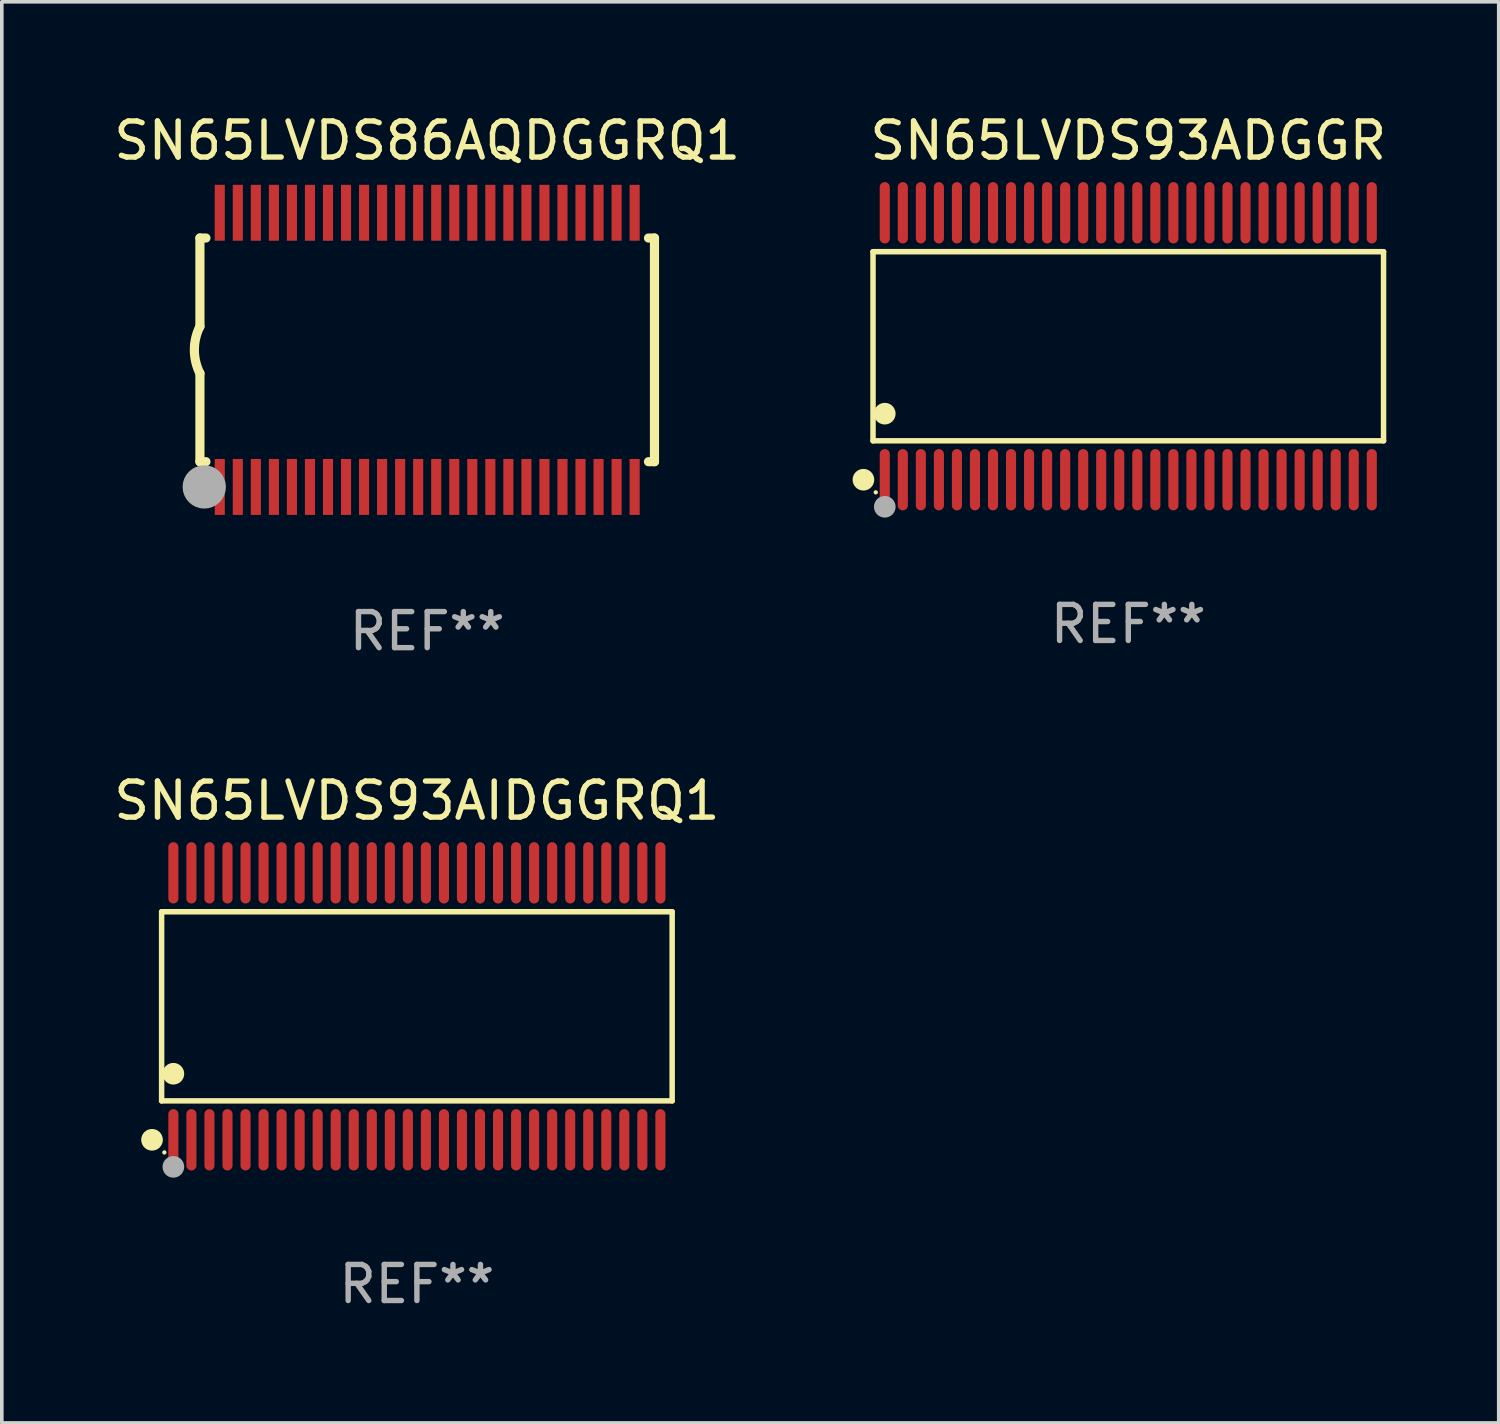
<source format=kicad_pcb>
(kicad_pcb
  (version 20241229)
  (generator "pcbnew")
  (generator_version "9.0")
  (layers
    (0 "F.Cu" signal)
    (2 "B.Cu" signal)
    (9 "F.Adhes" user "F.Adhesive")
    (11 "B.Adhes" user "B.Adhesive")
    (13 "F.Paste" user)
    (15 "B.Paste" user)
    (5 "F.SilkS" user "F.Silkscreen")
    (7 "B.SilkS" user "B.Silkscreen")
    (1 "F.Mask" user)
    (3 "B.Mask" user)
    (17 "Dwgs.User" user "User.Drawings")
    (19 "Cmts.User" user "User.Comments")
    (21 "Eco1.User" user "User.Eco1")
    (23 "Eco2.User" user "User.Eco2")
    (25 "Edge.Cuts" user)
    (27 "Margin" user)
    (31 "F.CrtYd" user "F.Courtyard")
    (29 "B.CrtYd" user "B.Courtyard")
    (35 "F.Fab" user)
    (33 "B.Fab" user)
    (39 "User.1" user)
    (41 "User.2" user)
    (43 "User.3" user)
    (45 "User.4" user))
  (footprint "SN65LVDS86AQDGGRQ1"
    (layer "F.Cu")
    (at 8.792 6.648)
    (property "Reference" "SN65LVDS86AQDGGRQ1" (at 0 -5.8 0) (layer "F.SilkS") (effects (font (size 1 1) (thickness 0.15))))
    (attr through_hole)
    (fp_line (start -6.3 -3.1) (end -6.3 -0.65) (stroke (width 0.254) (type solid)) (layer "F.SilkS"))
    (fp_line (start -6.3 -3.1) (end -6.134 -3.1) (stroke (width 0.254) (type solid)) (layer "F.SilkS"))
    (fp_line (start -6.3 3.1) (end -6.3 0.65) (stroke (width 0.254) (type solid)) (layer "F.SilkS"))
    (fp_line (start -6.3 3.1) (end -6.134 3.1) (stroke (width 0.254) (type solid)) (layer "F.SilkS"))
    (fp_line (start 6.134 -3.1) (end 6.3 -3.1) (stroke (width 0.254) (type solid)) (layer "F.SilkS"))
    (fp_line (start 6.134 3.1) (end 6.3 3.1) (stroke (width 0.254) (type solid)) (layer "F.SilkS"))
    (fp_line (start 6.3 -3.1) (end 6.3 3.1) (stroke (width 0.254) (type solid)) (layer "F.SilkS"))
    (fp_arc (start -6.301016 0.650114) (mid -6.45413 -0.000082) (end -6.3 -0.650038) (stroke (width 0.254001) (type solid)) (layer "F.SilkS"))
    (fp_circle (center -6.35 3.81) (end -6.223 3.81) (stroke (width 0.254) (type solid)) (fill no) (layer "F.SilkS"))
    (fp_circle (center -6.25 4.05) (end -6.22 4.05) (stroke (width 0.06) (type solid)) (fill no) (layer "F.SilkS"))
    (fp_circle (center -6.18 3.8) (end -5.88 3.8) (stroke (width 0.6) (type solid)) (fill no) (layer "F.Fab"))
    (fp_text user "REF**" (at 0 7.8 0) (layer "F.Fab") (effects (font (size 1 1) (thickness 0.15))))
    (pad "1" smd rect (at -5.75 3.8) (size 0.28 1.55) (layers "F.Cu" "F.Mask" "F.Paste"))
    (pad "2" smd rect (at -5.25 3.8) (size 0.28 1.55) (layers "F.Cu" "F.Mask" "F.Paste"))
    (pad "3" smd rect (at -4.75 3.8) (size 0.28 1.55) (layers "F.Cu" "F.Mask" "F.Paste"))
    (pad "4" smd rect (at -4.25 3.8) (size 0.28 1.55) (layers "F.Cu" "F.Mask" "F.Paste"))
    (pad "5" smd rect (at -3.75 3.8) (size 0.28 1.55) (layers "F.Cu" "F.Mask" "F.Paste"))
    (pad "6" smd rect (at -3.25 3.8) (size 0.28 1.55) (layers "F.Cu" "F.Mask" "F.Paste"))
    (pad "7" smd rect (at -2.75 3.8) (size 0.28 1.55) (layers "F.Cu" "F.Mask" "F.Paste"))
    (pad "8" smd rect (at -2.25 3.8) (size 0.28 1.55) (layers "F.Cu" "F.Mask" "F.Paste"))
    (pad "9" smd rect (at -1.75 3.8) (size 0.28 1.55) (layers "F.Cu" "F.Mask" "F.Paste"))
    (pad "10" smd rect (at -1.25 3.8) (size 0.28 1.55) (layers "F.Cu" "F.Mask" "F.Paste"))
    (pad "11" smd rect (at -0.75 3.8) (size 0.28 1.55) (layers "F.Cu" "F.Mask" "F.Paste"))
    (pad "12" smd rect (at -0.25 3.8) (size 0.28 1.55) (layers "F.Cu" "F.Mask" "F.Paste"))
    (pad "13" smd rect (at 0.25 3.8) (size 0.28 1.55) (layers "F.Cu" "F.Mask" "F.Paste"))
    (pad "14" smd rect (at 0.75 3.8) (size 0.28 1.55) (layers "F.Cu" "F.Mask" "F.Paste"))
    (pad "15" smd rect (at 1.25 3.8) (size 0.28 1.55) (layers "F.Cu" "F.Mask" "F.Paste"))
    (pad "16" smd rect (at 1.75 3.8) (size 0.28 1.55) (layers "F.Cu" "F.Mask" "F.Paste"))
    (pad "17" smd rect (at 2.25 3.8) (size 0.28 1.55) (layers "F.Cu" "F.Mask" "F.Paste"))
    (pad "18" smd rect (at 2.75 3.8) (size 0.28 1.55) (layers "F.Cu" "F.Mask" "F.Paste"))
    (pad "19" smd rect (at 3.25 3.8) (size 0.28 1.55) (layers "F.Cu" "F.Mask" "F.Paste"))
    (pad "20" smd rect (at 3.75 3.8) (size 0.28 1.55) (layers "F.Cu" "F.Mask" "F.Paste"))
    (pad "21" smd rect (at 4.25 3.8) (size 0.28 1.55) (layers "F.Cu" "F.Mask" "F.Paste"))
    (pad "22" smd rect (at 4.75 3.8) (size 0.28 1.55) (layers "F.Cu" "F.Mask" "F.Paste"))
    (pad "23" smd rect (at 5.25 3.8) (size 0.28 1.55) (layers "F.Cu" "F.Mask" "F.Paste"))
    (pad "24" smd rect (at 5.75 3.8) (size 0.28 1.55) (layers "F.Cu" "F.Mask" "F.Paste"))
    (pad "25" smd rect (at 5.75 -3.8) (size 0.28 1.55) (layers "F.Cu" "F.Mask" "F.Paste"))
    (pad "26" smd rect (at 5.25 -3.8) (size 0.28 1.55) (layers "F.Cu" "F.Mask" "F.Paste"))
    (pad "27" smd rect (at 4.75 -3.8) (size 0.28 1.55) (layers "F.Cu" "F.Mask" "F.Paste"))
    (pad "28" smd rect (at 4.25 -3.8) (size 0.28 1.55) (layers "F.Cu" "F.Mask" "F.Paste"))
    (pad "29" smd rect (at 3.75 -3.8) (size 0.28 1.55) (layers "F.Cu" "F.Mask" "F.Paste"))
    (pad "30" smd rect (at 3.25 -3.8) (size 0.28 1.55) (layers "F.Cu" "F.Mask" "F.Paste"))
    (pad "31" smd rect (at 2.75 -3.8) (size 0.28 1.55) (layers "F.Cu" "F.Mask" "F.Paste"))
    (pad "32" smd rect (at 2.25 -3.8) (size 0.28 1.55) (layers "F.Cu" "F.Mask" "F.Paste"))
    (pad "33" smd rect (at 1.75 -3.8) (size 0.28 1.55) (layers "F.Cu" "F.Mask" "F.Paste"))
    (pad "34" smd rect (at 1.25 -3.8) (size 0.28 1.55) (layers "F.Cu" "F.Mask" "F.Paste"))
    (pad "35" smd rect (at 0.75 -3.8) (size 0.28 1.55) (layers "F.Cu" "F.Mask" "F.Paste"))
    (pad "36" smd rect (at 0.25 -3.8) (size 0.28 1.55) (layers "F.Cu" "F.Mask" "F.Paste"))
    (pad "37" smd rect (at -0.25 -3.8) (size 0.28 1.55) (layers "F.Cu" "F.Mask" "F.Paste"))
    (pad "38" smd rect (at -0.75 -3.8) (size 0.28 1.55) (layers "F.Cu" "F.Mask" "F.Paste"))
    (pad "39" smd rect (at -1.25 -3.8) (size 0.28 1.55) (layers "F.Cu" "F.Mask" "F.Paste"))
    (pad "40" smd rect (at -1.75 -3.8) (size 0.28 1.55) (layers "F.Cu" "F.Mask" "F.Paste"))
    (pad "41" smd rect (at -2.25 -3.8) (size 0.28 1.55) (layers "F.Cu" "F.Mask" "F.Paste"))
    (pad "42" smd rect (at -2.75 -3.8) (size 0.28 1.55) (layers "F.Cu" "F.Mask" "F.Paste"))
    (pad "43" smd rect (at -3.25 -3.8) (size 0.28 1.55) (layers "F.Cu" "F.Mask" "F.Paste"))
    (pad "44" smd rect (at -3.75 -3.8) (size 0.28 1.55) (layers "F.Cu" "F.Mask" "F.Paste"))
    (pad "45" smd rect (at -4.25 -3.8) (size 0.28 1.55) (layers "F.Cu" "F.Mask" "F.Paste"))
    (pad "46" smd rect (at -4.75 -3.8) (size 0.28 1.55) (layers "F.Cu" "F.Mask" "F.Paste"))
    (pad "47" smd rect (at -5.25 -3.8) (size 0.28 1.55) (layers "F.Cu" "F.Mask" "F.Paste"))
    (pad "48" smd rect (at -5.75 -3.8) (size 0.28 1.55) (layers "F.Cu" "F.Mask" "F.Paste")))
  (footprint "SN65LVDS93ADGGR"
    (layer "F.Cu")
    (at 28.226 6.548)
    (property "Reference" "SN65LVDS93ADGGR" (at 0 -5.7 0) (layer "F.SilkS") (effects (font (size 1 1) (thickness 0.15))))
    (attr through_hole)
    (fp_line (start -7.076 -2.621) (end 7.076 -2.621) (stroke (width 0.152) (type solid)) (layer "F.SilkS"))
    (fp_line (start -7.076 2.621) (end -7.076 -2.621) (stroke (width 0.152) (type solid)) (layer "F.SilkS"))
    (fp_line (start 7.076 -2.621) (end 7.076 2.621) (stroke (width 0.152) (type solid)) (layer "F.SilkS"))
    (fp_line (start 7.076 2.621) (end -7.076 2.621) (stroke (width 0.152) (type solid)) (layer "F.SilkS"))
    (fp_circle (center -7.342 3.7) (end -7.192 3.7) (stroke (width 0.3) (type solid)) (fill no) (layer "F.SilkS"))
    (fp_circle (center -7 4.05) (end -6.97 4.05) (stroke (width 0.06) (type solid)) (fill no) (layer "F.SilkS"))
    (fp_circle (center -6.75 1.869) (end -6.6 1.869) (stroke (width 0.3) (type solid)) (fill no) (layer "F.SilkS"))
    (fp_circle (center -6.75 4.45) (end -6.6 4.45) (stroke (width 0.3) (type solid)) (fill no) (layer "F.Fab"))
    (fp_text user "REF**" (at 0 7.7 0) (layer "F.Fab") (effects (font (size 1 1) (thickness 0.15))))
    (pad "1" smd oval (at -6.75 3.7) (size 0.28 1.7) (layers "F.Cu" "F.Mask" "F.Paste"))
    (pad "2" smd oval (at -6.25 3.7) (size 0.28 1.7) (layers "F.Cu" "F.Mask" "F.Paste"))
    (pad "3" smd oval (at -5.75 3.7) (size 0.28 1.7) (layers "F.Cu" "F.Mask" "F.Paste"))
    (pad "4" smd oval (at -5.25 3.7) (size 0.28 1.7) (layers "F.Cu" "F.Mask" "F.Paste"))
    (pad "5" smd oval (at -4.75 3.7) (size 0.28 1.7) (layers "F.Cu" "F.Mask" "F.Paste"))
    (pad "6" smd oval (at -4.25 3.7) (size 0.28 1.7) (layers "F.Cu" "F.Mask" "F.Paste"))
    (pad "7" smd oval (at -3.75 3.7) (size 0.28 1.7) (layers "F.Cu" "F.Mask" "F.Paste"))
    (pad "8" smd oval (at -3.25 3.7) (size 0.28 1.7) (layers "F.Cu" "F.Mask" "F.Paste"))
    (pad "9" smd oval (at -2.75 3.7) (size 0.28 1.7) (layers "F.Cu" "F.Mask" "F.Paste"))
    (pad "10" smd oval (at -2.25 3.7) (size 0.28 1.7) (layers "F.Cu" "F.Mask" "F.Paste"))
    (pad "11" smd oval (at -1.75 3.7) (size 0.28 1.7) (layers "F.Cu" "F.Mask" "F.Paste"))
    (pad "12" smd oval (at -1.25 3.7) (size 0.28 1.7) (layers "F.Cu" "F.Mask" "F.Paste"))
    (pad "13" smd oval (at -0.75 3.7) (size 0.28 1.7) (layers "F.Cu" "F.Mask" "F.Paste"))
    (pad "14" smd oval (at -0.25 3.7) (size 0.28 1.7) (layers "F.Cu" "F.Mask" "F.Paste"))
    (pad "15" smd oval (at 0.25 3.7) (size 0.28 1.7) (layers "F.Cu" "F.Mask" "F.Paste"))
    (pad "16" smd oval (at 0.75 3.7) (size 0.28 1.7) (layers "F.Cu" "F.Mask" "F.Paste"))
    (pad "17" smd oval (at 1.25 3.7) (size 0.28 1.7) (layers "F.Cu" "F.Mask" "F.Paste"))
    (pad "18" smd oval (at 1.75 3.7) (size 0.28 1.7) (layers "F.Cu" "F.Mask" "F.Paste"))
    (pad "19" smd oval (at 2.25 3.7) (size 0.28 1.7) (layers "F.Cu" "F.Mask" "F.Paste"))
    (pad "20" smd oval (at 2.75 3.7) (size 0.28 1.7) (layers "F.Cu" "F.Mask" "F.Paste"))
    (pad "21" smd oval (at 3.25 3.7) (size 0.28 1.7) (layers "F.Cu" "F.Mask" "F.Paste"))
    (pad "22" smd oval (at 3.75 3.7) (size 0.28 1.7) (layers "F.Cu" "F.Mask" "F.Paste"))
    (pad "23" smd oval (at 4.25 3.7) (size 0.28 1.7) (layers "F.Cu" "F.Mask" "F.Paste"))
    (pad "24" smd oval (at 4.75 3.7) (size 0.28 1.7) (layers "F.Cu" "F.Mask" "F.Paste"))
    (pad "25" smd oval (at 5.25 3.7) (size 0.28 1.7) (layers "F.Cu" "F.Mask" "F.Paste"))
    (pad "26" smd oval (at 5.75 3.7) (size 0.28 1.7) (layers "F.Cu" "F.Mask" "F.Paste"))
    (pad "27" smd oval (at 6.25 3.7) (size 0.28 1.7) (layers "F.Cu" "F.Mask" "F.Paste"))
    (pad "28" smd oval (at 6.75 3.7) (size 0.28 1.7) (layers "F.Cu" "F.Mask" "F.Paste"))
    (pad "29" smd oval (at 6.75 -3.7) (size 0.28 1.7) (layers "F.Cu" "F.Mask" "F.Paste"))
    (pad "30" smd oval (at 6.25 -3.7) (size 0.28 1.7) (layers "F.Cu" "F.Mask" "F.Paste"))
    (pad "31" smd oval (at 5.75 -3.7) (size 0.28 1.7) (layers "F.Cu" "F.Mask" "F.Paste"))
    (pad "32" smd oval (at 5.25 -3.7) (size 0.28 1.7) (layers "F.Cu" "F.Mask" "F.Paste"))
    (pad "33" smd oval (at 4.75 -3.7) (size 0.28 1.7) (layers "F.Cu" "F.Mask" "F.Paste"))
    (pad "34" smd oval (at 4.25 -3.7) (size 0.28 1.7) (layers "F.Cu" "F.Mask" "F.Paste"))
    (pad "35" smd oval (at 3.75 -3.7) (size 0.28 1.7) (layers "F.Cu" "F.Mask" "F.Paste"))
    (pad "36" smd oval (at 3.25 -3.7) (size 0.28 1.7) (layers "F.Cu" "F.Mask" "F.Paste"))
    (pad "37" smd oval (at 2.75 -3.7) (size 0.28 1.7) (layers "F.Cu" "F.Mask" "F.Paste"))
    (pad "38" smd oval (at 2.25 -3.7) (size 0.28 1.7) (layers "F.Cu" "F.Mask" "F.Paste"))
    (pad "39" smd oval (at 1.75 -3.7) (size 0.28 1.7) (layers "F.Cu" "F.Mask" "F.Paste"))
    (pad "40" smd oval (at 1.25 -3.7) (size 0.28 1.7) (layers "F.Cu" "F.Mask" "F.Paste"))
    (pad "41" smd oval (at 0.75 -3.7) (size 0.28 1.7) (layers "F.Cu" "F.Mask" "F.Paste"))
    (pad "42" smd oval (at 0.25 -3.7) (size 0.28 1.7) (layers "F.Cu" "F.Mask" "F.Paste"))
    (pad "43" smd oval (at -0.25 -3.7) (size 0.28 1.7) (layers "F.Cu" "F.Mask" "F.Paste"))
    (pad "44" smd oval (at -0.75 -3.7) (size 0.28 1.7) (layers "F.Cu" "F.Mask" "F.Paste"))
    (pad "45" smd oval (at -1.25 -3.7) (size 0.28 1.7) (layers "F.Cu" "F.Mask" "F.Paste"))
    (pad "46" smd oval (at -1.75 -3.7) (size 0.28 1.7) (layers "F.Cu" "F.Mask" "F.Paste"))
    (pad "47" smd oval (at -2.25 -3.7) (size 0.28 1.7) (layers "F.Cu" "F.Mask" "F.Paste"))
    (pad "48" smd oval (at -2.75 -3.7) (size 0.28 1.7) (layers "F.Cu" "F.Mask" "F.Paste"))
    (pad "49" smd oval (at -3.25 -3.7) (size 0.28 1.7) (layers "F.Cu" "F.Mask" "F.Paste"))
    (pad "50" smd oval (at -3.75 -3.7) (size 0.28 1.7) (layers "F.Cu" "F.Mask" "F.Paste"))
    (pad "51" smd oval (at -4.25 -3.7) (size 0.28 1.7) (layers "F.Cu" "F.Mask" "F.Paste"))
    (pad "52" smd oval (at -4.75 -3.7) (size 0.28 1.7) (layers "F.Cu" "F.Mask" "F.Paste"))
    (pad "53" smd oval (at -5.25 -3.7) (size 0.28 1.7) (layers "F.Cu" "F.Mask" "F.Paste"))
    (pad "54" smd oval (at -5.75 -3.7) (size 0.28 1.7) (layers "F.Cu" "F.Mask" "F.Paste"))
    (pad "55" smd oval (at -6.25 -3.7) (size 0.28 1.7) (layers "F.Cu" "F.Mask" "F.Paste"))
    (pad "56" smd oval (at -6.75 -3.7) (size 0.28 1.7) (layers "F.Cu" "F.Mask" "F.Paste")))
  (footprint "SN65LVDS93AIDGGRQ1"
    (layer "F.Cu")
    (at 8.506 24.845)
    (property "Reference" "SN65LVDS93AIDGGRQ1" (at 0 -5.7 0) (layer "F.SilkS") (effects (font (size 1 1) (thickness 0.15))))
    (attr through_hole)
    (fp_line (start -7.076 -2.621) (end 7.076 -2.621) (stroke (width 0.152) (type solid)) (layer "F.SilkS"))
    (fp_line (start -7.076 2.621) (end -7.076 -2.621) (stroke (width 0.152) (type solid)) (layer "F.SilkS"))
    (fp_line (start 7.076 -2.621) (end 7.076 2.621) (stroke (width 0.152) (type solid)) (layer "F.SilkS"))
    (fp_line (start 7.076 2.621) (end -7.076 2.621) (stroke (width 0.152) (type solid)) (layer "F.SilkS"))
    (fp_circle (center -7.342 3.7) (end -7.192 3.7) (stroke (width 0.3) (type solid)) (fill no) (layer "F.SilkS"))
    (fp_circle (center -7 4.05) (end -6.97 4.05) (stroke (width 0.06) (type solid)) (fill no) (layer "F.SilkS"))
    (fp_circle (center -6.75 1.869) (end -6.6 1.869) (stroke (width 0.3) (type solid)) (fill no) (layer "F.SilkS"))
    (fp_circle (center -6.75 4.45) (end -6.6 4.45) (stroke (width 0.3) (type solid)) (fill no) (layer "F.Fab"))
    (fp_text user "REF**" (at 0 7.7 0) (layer "F.Fab") (effects (font (size 1 1) (thickness 0.15))))
    (pad "1" smd oval (at -6.75 3.7) (size 0.28 1.7) (layers "F.Cu" "F.Mask" "F.Paste"))
    (pad "2" smd oval (at -6.25 3.7) (size 0.28 1.7) (layers "F.Cu" "F.Mask" "F.Paste"))
    (pad "3" smd oval (at -5.75 3.7) (size 0.28 1.7) (layers "F.Cu" "F.Mask" "F.Paste"))
    (pad "4" smd oval (at -5.25 3.7) (size 0.28 1.7) (layers "F.Cu" "F.Mask" "F.Paste"))
    (pad "5" smd oval (at -4.75 3.7) (size 0.28 1.7) (layers "F.Cu" "F.Mask" "F.Paste"))
    (pad "6" smd oval (at -4.25 3.7) (size 0.28 1.7) (layers "F.Cu" "F.Mask" "F.Paste"))
    (pad "7" smd oval (at -3.75 3.7) (size 0.28 1.7) (layers "F.Cu" "F.Mask" "F.Paste"))
    (pad "8" smd oval (at -3.25 3.7) (size 0.28 1.7) (layers "F.Cu" "F.Mask" "F.Paste"))
    (pad "9" smd oval (at -2.75 3.7) (size 0.28 1.7) (layers "F.Cu" "F.Mask" "F.Paste"))
    (pad "10" smd oval (at -2.25 3.7) (size 0.28 1.7) (layers "F.Cu" "F.Mask" "F.Paste"))
    (pad "11" smd oval (at -1.75 3.7) (size 0.28 1.7) (layers "F.Cu" "F.Mask" "F.Paste"))
    (pad "12" smd oval (at -1.25 3.7) (size 0.28 1.7) (layers "F.Cu" "F.Mask" "F.Paste"))
    (pad "13" smd oval (at -0.75 3.7) (size 0.28 1.7) (layers "F.Cu" "F.Mask" "F.Paste"))
    (pad "14" smd oval (at -0.25 3.7) (size 0.28 1.7) (layers "F.Cu" "F.Mask" "F.Paste"))
    (pad "15" smd oval (at 0.25 3.7) (size 0.28 1.7) (layers "F.Cu" "F.Mask" "F.Paste"))
    (pad "16" smd oval (at 0.75 3.7) (size 0.28 1.7) (layers "F.Cu" "F.Mask" "F.Paste"))
    (pad "17" smd oval (at 1.25 3.7) (size 0.28 1.7) (layers "F.Cu" "F.Mask" "F.Paste"))
    (pad "18" smd oval (at 1.75 3.7) (size 0.28 1.7) (layers "F.Cu" "F.Mask" "F.Paste"))
    (pad "19" smd oval (at 2.25 3.7) (size 0.28 1.7) (layers "F.Cu" "F.Mask" "F.Paste"))
    (pad "20" smd oval (at 2.75 3.7) (size 0.28 1.7) (layers "F.Cu" "F.Mask" "F.Paste"))
    (pad "21" smd oval (at 3.25 3.7) (size 0.28 1.7) (layers "F.Cu" "F.Mask" "F.Paste"))
    (pad "22" smd oval (at 3.75 3.7) (size 0.28 1.7) (layers "F.Cu" "F.Mask" "F.Paste"))
    (pad "23" smd oval (at 4.25 3.7) (size 0.28 1.7) (layers "F.Cu" "F.Mask" "F.Paste"))
    (pad "24" smd oval (at 4.75 3.7) (size 0.28 1.7) (layers "F.Cu" "F.Mask" "F.Paste"))
    (pad "25" smd oval (at 5.25 3.7) (size 0.28 1.7) (layers "F.Cu" "F.Mask" "F.Paste"))
    (pad "26" smd oval (at 5.75 3.7) (size 0.28 1.7) (layers "F.Cu" "F.Mask" "F.Paste"))
    (pad "27" smd oval (at 6.25 3.7) (size 0.28 1.7) (layers "F.Cu" "F.Mask" "F.Paste"))
    (pad "28" smd oval (at 6.75 3.7) (size 0.28 1.7) (layers "F.Cu" "F.Mask" "F.Paste"))
    (pad "29" smd oval (at 6.75 -3.7) (size 0.28 1.7) (layers "F.Cu" "F.Mask" "F.Paste"))
    (pad "30" smd oval (at 6.25 -3.7) (size 0.28 1.7) (layers "F.Cu" "F.Mask" "F.Paste"))
    (pad "31" smd oval (at 5.75 -3.7) (size 0.28 1.7) (layers "F.Cu" "F.Mask" "F.Paste"))
    (pad "32" smd oval (at 5.25 -3.7) (size 0.28 1.7) (layers "F.Cu" "F.Mask" "F.Paste"))
    (pad "33" smd oval (at 4.75 -3.7) (size 0.28 1.7) (layers "F.Cu" "F.Mask" "F.Paste"))
    (pad "34" smd oval (at 4.25 -3.7) (size 0.28 1.7) (layers "F.Cu" "F.Mask" "F.Paste"))
    (pad "35" smd oval (at 3.75 -3.7) (size 0.28 1.7) (layers "F.Cu" "F.Mask" "F.Paste"))
    (pad "36" smd oval (at 3.25 -3.7) (size 0.28 1.7) (layers "F.Cu" "F.Mask" "F.Paste"))
    (pad "37" smd oval (at 2.75 -3.7) (size 0.28 1.7) (layers "F.Cu" "F.Mask" "F.Paste"))
    (pad "38" smd oval (at 2.25 -3.7) (size 0.28 1.7) (layers "F.Cu" "F.Mask" "F.Paste"))
    (pad "39" smd oval (at 1.75 -3.7) (size 0.28 1.7) (layers "F.Cu" "F.Mask" "F.Paste"))
    (pad "40" smd oval (at 1.25 -3.7) (size 0.28 1.7) (layers "F.Cu" "F.Mask" "F.Paste"))
    (pad "41" smd oval (at 0.75 -3.7) (size 0.28 1.7) (layers "F.Cu" "F.Mask" "F.Paste"))
    (pad "42" smd oval (at 0.25 -3.7) (size 0.28 1.7) (layers "F.Cu" "F.Mask" "F.Paste"))
    (pad "43" smd oval (at -0.25 -3.7) (size 0.28 1.7) (layers "F.Cu" "F.Mask" "F.Paste"))
    (pad "44" smd oval (at -0.75 -3.7) (size 0.28 1.7) (layers "F.Cu" "F.Mask" "F.Paste"))
    (pad "45" smd oval (at -1.25 -3.7) (size 0.28 1.7) (layers "F.Cu" "F.Mask" "F.Paste"))
    (pad "46" smd oval (at -1.75 -3.7) (size 0.28 1.7) (layers "F.Cu" "F.Mask" "F.Paste"))
    (pad "47" smd oval (at -2.25 -3.7) (size 0.28 1.7) (layers "F.Cu" "F.Mask" "F.Paste"))
    (pad "48" smd oval (at -2.75 -3.7) (size 0.28 1.7) (layers "F.Cu" "F.Mask" "F.Paste"))
    (pad "49" smd oval (at -3.25 -3.7) (size 0.28 1.7) (layers "F.Cu" "F.Mask" "F.Paste"))
    (pad "50" smd oval (at -3.75 -3.7) (size 0.28 1.7) (layers "F.Cu" "F.Mask" "F.Paste"))
    (pad "51" smd oval (at -4.25 -3.7) (size 0.28 1.7) (layers "F.Cu" "F.Mask" "F.Paste"))
    (pad "52" smd oval (at -4.75 -3.7) (size 0.28 1.7) (layers "F.Cu" "F.Mask" "F.Paste"))
    (pad "53" smd oval (at -5.25 -3.7) (size 0.28 1.7) (layers "F.Cu" "F.Mask" "F.Paste"))
    (pad "54" smd oval (at -5.75 -3.7) (size 0.28 1.7) (layers "F.Cu" "F.Mask" "F.Paste"))
    (pad "55" smd oval (at -6.25 -3.7) (size 0.28 1.7) (layers "F.Cu" "F.Mask" "F.Paste"))
    (pad "56" smd oval (at -6.75 -3.7) (size 0.28 1.7) (layers "F.Cu" "F.Mask" "F.Paste")))
  (gr_rect
    (start -3 -3)
    (end 38.494 36.393)
    (stroke (width 0.1) (type default))
    (fill no)
    (layer "Edge.Cuts")))
</source>
